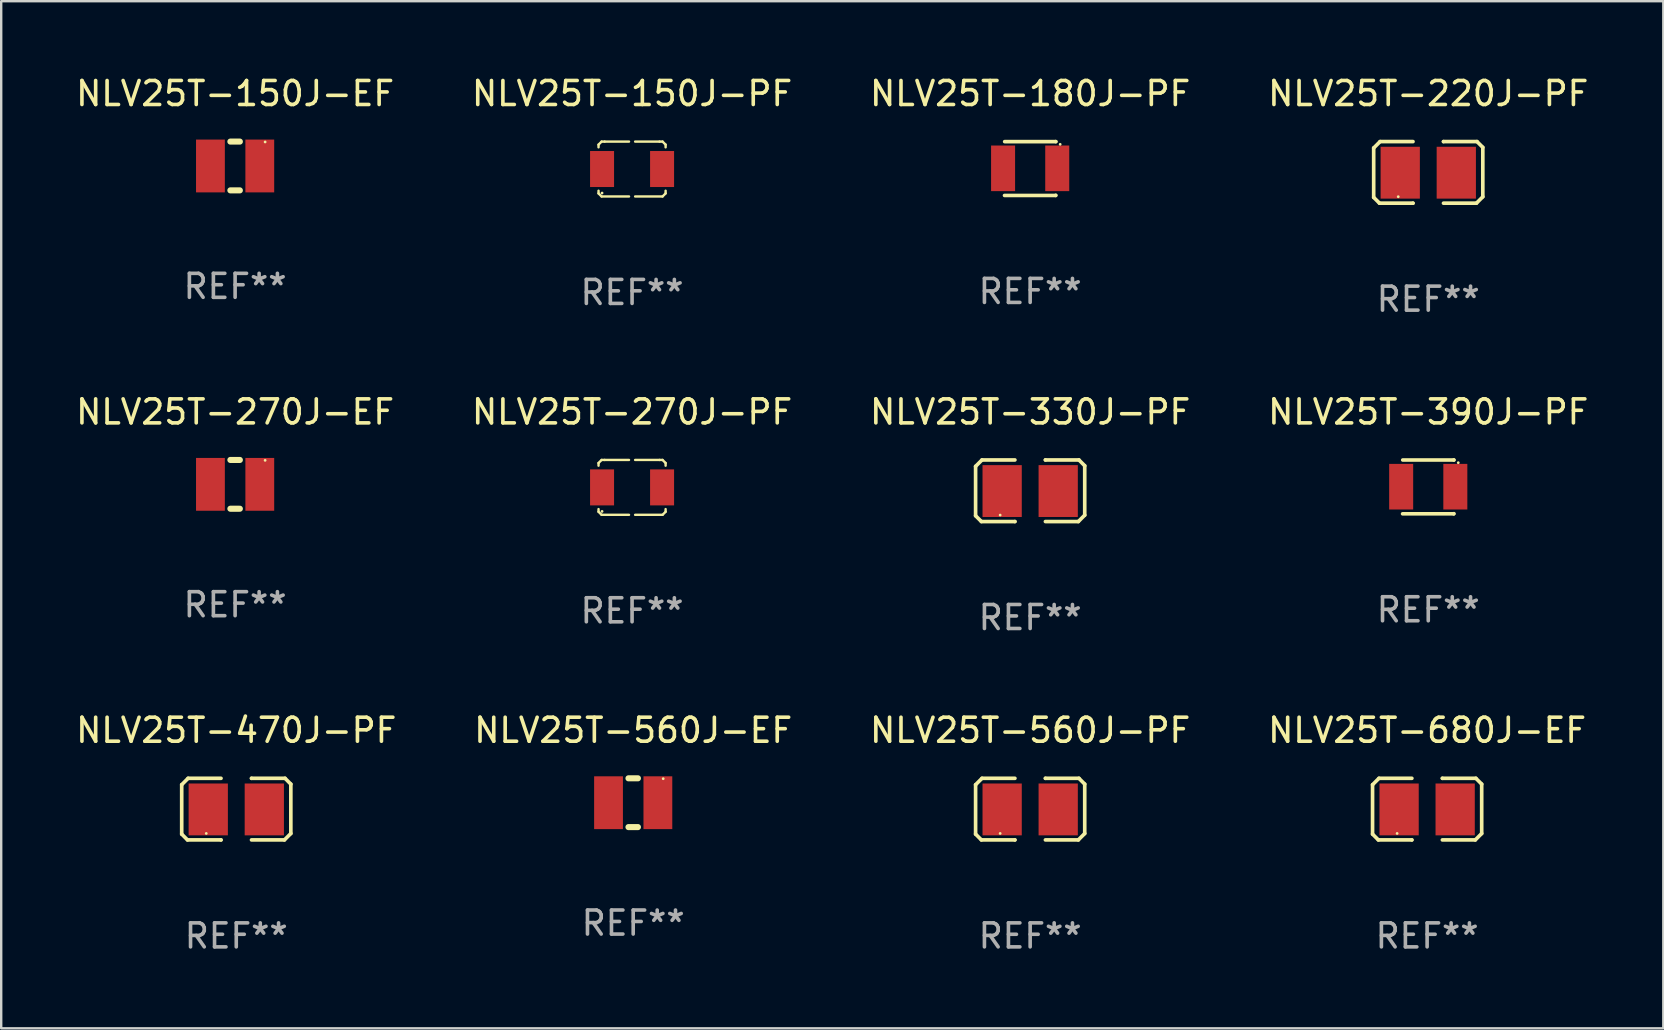
<source format=kicad_pcb>
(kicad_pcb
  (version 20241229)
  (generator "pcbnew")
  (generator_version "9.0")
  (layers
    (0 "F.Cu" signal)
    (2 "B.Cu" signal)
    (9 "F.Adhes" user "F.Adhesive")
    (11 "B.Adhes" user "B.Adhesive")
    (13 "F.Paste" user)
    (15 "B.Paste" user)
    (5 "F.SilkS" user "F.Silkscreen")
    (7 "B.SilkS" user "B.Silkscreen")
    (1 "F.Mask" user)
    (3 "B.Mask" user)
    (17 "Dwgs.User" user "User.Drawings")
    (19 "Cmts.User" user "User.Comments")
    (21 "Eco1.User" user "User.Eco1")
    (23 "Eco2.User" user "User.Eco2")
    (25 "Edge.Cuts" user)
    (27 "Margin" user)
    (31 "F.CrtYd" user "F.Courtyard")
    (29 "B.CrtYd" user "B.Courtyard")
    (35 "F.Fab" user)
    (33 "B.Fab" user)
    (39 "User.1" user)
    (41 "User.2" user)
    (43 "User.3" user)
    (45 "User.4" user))
  (footprint "NLV25T-390J-PF"
    (layer "F.Cu")
    (at 56.446 17.232)
    (property "Reference" "NLV25T-390J-PF" (at 0 -3.122 0) (layer "F.SilkS") (effects (font (size 1 1) (thickness 0.15))))
    (attr through_hole)
    (fp_line (start -1.069 1.122) (end 1.063 1.122) (stroke (width 0.15) (type solid)) (layer "F.SilkS"))
    (fp_line (start -1.063 -1.12) (end 1.069 -1.12) (stroke (width 0.15) (type solid)) (layer "F.SilkS"))
    (fp_line (start 1.063 1.122) (end 1.069 1.115) (stroke (width 0.15) (type solid)) (layer "F.SilkS"))
    (fp_line (start 1.069 -1.12) (end 1.066 -1.122) (stroke (width 0.15) (type solid)) (layer "F.SilkS"))
    (fp_circle (center 1.25 -1.008) (end 1.28 -1.008) (stroke (width 0.06) (type solid)) (fill no) (layer "F.SilkS"))
    (fp_text user "REF**" (at 0 5.122 0) (layer "F.Fab") (effects (font (size 1 1) (thickness 0.15))))
    (pad "1" smd rect (at 1.128 -0.008) (size 1 1.9) (layers "F.Cu" "F.Mask" "F.Paste"))
    (pad "2" smd rect (at -1.128 -0.008) (size 1 1.9) (layers "F.Cu" "F.Mask" "F.Paste")))
  (footprint "NLV25T-150J-PF"
    (layer "F.Cu")
    (at 23.28 3.991)
    (property "Reference" "NLV25T-150J-PF" (at 0 -3.143 0) (layer "F.SilkS") (effects (font (size 1 1) (thickness 0.15))))
    (attr through_hole)
    (fp_line (start -1.397 -1.016) (end -1.397 -0.904) (stroke (width 0.1) (type solid)) (layer "F.SilkS"))
    (fp_line (start -1.397 0.904) (end -1.397 1.016) (stroke (width 0.1) (type solid)) (layer "F.SilkS"))
    (fp_line (start -1.397 1.016) (end -1.27 1.143) (stroke (width 0.1) (type solid)) (layer "F.SilkS"))
    (fp_line (start -1.27 -1.143) (end -1.397 -1.016) (stroke (width 0.1) (type solid)) (layer "F.SilkS"))
    (fp_line (start -1.27 1.143) (end -0.127 1.143) (stroke (width 0.1) (type solid)) (layer "F.SilkS"))
    (fp_line (start -1.143 -1.143) (end -1.27 -1.143) (stroke (width 0.1) (type solid)) (layer "F.SilkS"))
    (fp_line (start -0.127 -1.143) (end -1.143 -1.143) (stroke (width 0.1) (type solid)) (layer "F.SilkS"))
    (fp_line (start 0.127 -1.143) (end 1.143 -1.143) (stroke (width 0.1) (type solid)) (layer "F.SilkS"))
    (fp_line (start 1.143 -1.143) (end 1.27 -1.143) (stroke (width 0.1) (type solid)) (layer "F.SilkS"))
    (fp_line (start 1.27 -1.143) (end 1.397 -1.016) (stroke (width 0.1) (type solid)) (layer "F.SilkS"))
    (fp_line (start 1.27 1.143) (end 0.127 1.143) (stroke (width 0.1) (type solid)) (layer "F.SilkS"))
    (fp_line (start 1.397 -1.016) (end 1.397 -0.904) (stroke (width 0.1) (type solid)) (layer "F.SilkS"))
    (fp_line (start 1.397 0.904) (end 1.397 1.016) (stroke (width 0.1) (type solid)) (layer "F.SilkS"))
    (fp_line (start 1.397 1.016) (end 1.27 1.143) (stroke (width 0.1) (type solid)) (layer "F.SilkS"))
    (fp_circle (center -1.25 1) (end -1.22 1) (stroke (width 0.06) (type solid)) (fill no) (layer "F.SilkS"))
    (fp_text user "REF**" (at 0 5.143 0) (layer "F.Fab") (effects (font (size 1 1) (thickness 0.15))))
    (pad "1" smd rect (at -1.25 0) (size 1 1.5) (layers "F.Cu" "F.Mask" "F.Paste"))
    (pad "2" smd rect (at 1.25 0) (size 1 1.5) (layers "F.Cu" "F.Mask" "F.Paste")))
  (footprint "NLV25T-680J-EF"
    (layer "F.Cu")
    (at 56.399 30.655)
    (property "Reference" "NLV25T-680J-EF" (at 0 -3.283 0) (layer "F.SilkS") (effects (font (size 1 1) (thickness 0.15))))
    (attr through_hole)
    (fp_line (start -2.273 -1.016) (end -2.007 -1.283) (stroke (width 0.152) (type solid)) (layer "F.SilkS"))
    (fp_line (start -2.273 1.041) (end -2.273 -1.016) (stroke (width 0.152) (type solid)) (layer "F.SilkS"))
    (fp_line (start -2.032 1.283) (end -2.273 1.041) (stroke (width 0.152) (type solid)) (layer "F.SilkS"))
    (fp_line (start -2.007 -1.283) (end -0.635 -1.283) (stroke (width 0.152) (type solid)) (layer "F.SilkS"))
    (fp_line (start -0.635 1.283) (end -2.032 1.283) (stroke (width 0.152) (type solid)) (layer "F.SilkS"))
    (fp_line (start -0.635 1.283) (end -0.635 1.283) (stroke (width 0.152) (type solid)) (layer "F.SilkS"))
    (fp_line (start 0.635 -1.283) (end 0.635 -1.283) (stroke (width 0.152) (type solid)) (layer "F.SilkS"))
    (fp_line (start 0.635 -1.283) (end 2.032 -1.283) (stroke (width 0.152) (type solid)) (layer "F.SilkS"))
    (fp_line (start 2.007 1.283) (end 0.635 1.283) (stroke (width 0.152) (type solid)) (layer "F.SilkS"))
    (fp_line (start 2.032 -1.283) (end 2.273 -1.041) (stroke (width 0.152) (type solid)) (layer "F.SilkS"))
    (fp_line (start 2.273 -1.041) (end 2.273 1.016) (stroke (width 0.152) (type solid)) (layer "F.SilkS"))
    (fp_line (start 2.273 1.016) (end 2.007 1.283) (stroke (width 0.152) (type solid)) (layer "F.SilkS"))
    (fp_circle (center -1.25 1.013) (end -1.22 1.013) (stroke (width 0.06) (type solid)) (fill no) (layer "F.SilkS"))
    (fp_text user "REF**" (at 0 5.283 0) (layer "F.Fab") (effects (font (size 1 1) (thickness 0.15))))
    (pad "1" smd rect (at -1.167 0.013) (size 1.635 2.16) (layers "F.Cu" "F.Mask" "F.Paste"))
    (pad "2" smd rect (at 1.168 0.013) (size 1.635 2.16) (layers "F.Cu" "F.Mask" "F.Paste")))
  (footprint "NLV25T-470J-PF"
    (layer "F.Cu")
    (at 6.792 30.655)
    (property "Reference" "NLV25T-470J-PF" (at 0 -3.283 0) (layer "F.SilkS") (effects (font (size 1 1) (thickness 0.15))))
    (attr through_hole)
    (fp_line (start -2.273 -1.016) (end -2.007 -1.283) (stroke (width 0.152) (type solid)) (layer "F.SilkS"))
    (fp_line (start -2.273 1.041) (end -2.273 -1.016) (stroke (width 0.152) (type solid)) (layer "F.SilkS"))
    (fp_line (start -2.032 1.283) (end -2.273 1.041) (stroke (width 0.152) (type solid)) (layer "F.SilkS"))
    (fp_line (start -2.007 -1.283) (end -0.635 -1.283) (stroke (width 0.152) (type solid)) (layer "F.SilkS"))
    (fp_line (start -0.635 1.283) (end -2.032 1.283) (stroke (width 0.152) (type solid)) (layer "F.SilkS"))
    (fp_line (start -0.635 1.283) (end -0.635 1.283) (stroke (width 0.152) (type solid)) (layer "F.SilkS"))
    (fp_line (start 0.635 -1.283) (end 0.635 -1.283) (stroke (width 0.152) (type solid)) (layer "F.SilkS"))
    (fp_line (start 0.635 -1.283) (end 2.032 -1.283) (stroke (width 0.152) (type solid)) (layer "F.SilkS"))
    (fp_line (start 2.007 1.283) (end 0.635 1.283) (stroke (width 0.152) (type solid)) (layer "F.SilkS"))
    (fp_line (start 2.032 -1.283) (end 2.273 -1.041) (stroke (width 0.152) (type solid)) (layer "F.SilkS"))
    (fp_line (start 2.273 -1.041) (end 2.273 1.016) (stroke (width 0.152) (type solid)) (layer "F.SilkS"))
    (fp_line (start 2.273 1.016) (end 2.007 1.283) (stroke (width 0.152) (type solid)) (layer "F.SilkS"))
    (fp_circle (center -1.25 1.013) (end -1.22 1.013) (stroke (width 0.06) (type solid)) (fill no) (layer "F.SilkS"))
    (fp_text user "REF**" (at 0 5.283 0) (layer "F.Fab") (effects (font (size 1 1) (thickness 0.15))))
    (pad "1" smd rect (at -1.167 0.013) (size 1.635 2.16) (layers "F.Cu" "F.Mask" "F.Paste"))
    (pad "2" smd rect (at 1.168 0.013) (size 1.635 2.16) (layers "F.Cu" "F.Mask" "F.Paste")))
  (footprint "NLV25T-150J-EF"
    (layer "F.Cu")
    (at 6.744 3.864)
    (property "Reference" "NLV25T-150J-EF" (at 0 -3.016 0) (layer "F.SilkS") (effects (font (size 1 1) (thickness 0.15))))
    (attr through_hole)
    (fp_line (start -0.197 1.016) (end 0.197 1.016) (stroke (width 0.254) (type solid)) (layer "F.SilkS"))
    (fp_line (start 0.197 -1.016) (end -0.197 -1.016) (stroke (width 0.254) (type solid)) (layer "F.SilkS"))
    (fp_circle (center 1.25 -1) (end 1.28 -1) (stroke (width 0.06) (type solid)) (fill no) (layer "F.SilkS"))
    (fp_text user "REF**" (at 0 5.016 0) (layer "F.Fab") (effects (font (size 1 1) (thickness 0.15))))
    (pad "1" smd rect (at 1.028 0) (size 1.2 2.2) (layers "F.Cu" "F.Mask" "F.Paste"))
    (pad "2" smd rect (at -1.028 0) (size 1.2 2.2) (layers "F.Cu" "F.Mask" "F.Paste")))
  (footprint "NLV25T-180J-PF"
    (layer "F.Cu")
    (at 39.863 3.97)
    (property "Reference" "NLV25T-180J-PF" (at 0 -3.122 0) (layer "F.SilkS") (effects (font (size 1 1) (thickness 0.15))))
    (attr through_hole)
    (fp_line (start -1.069 1.122) (end 1.063 1.122) (stroke (width 0.15) (type solid)) (layer "F.SilkS"))
    (fp_line (start -1.063 -1.12) (end 1.069 -1.12) (stroke (width 0.15) (type solid)) (layer "F.SilkS"))
    (fp_line (start 1.063 1.122) (end 1.069 1.115) (stroke (width 0.15) (type solid)) (layer "F.SilkS"))
    (fp_line (start 1.069 -1.12) (end 1.066 -1.122) (stroke (width 0.15) (type solid)) (layer "F.SilkS"))
    (fp_circle (center 1.25 -1.008) (end 1.28 -1.008) (stroke (width 0.06) (type solid)) (fill no) (layer "F.SilkS"))
    (fp_text user "REF**" (at 0 5.122 0) (layer "F.Fab") (effects (font (size 1 1) (thickness 0.15))))
    (pad "1" smd rect (at 1.128 -0.008) (size 1 1.9) (layers "F.Cu" "F.Mask" "F.Paste"))
    (pad "2" smd rect (at -1.128 -0.008) (size 1 1.9) (layers "F.Cu" "F.Mask" "F.Paste")))
  (footprint "NLV25T-220J-PF"
    (layer "F.Cu")
    (at 56.446 4.131)
    (property "Reference" "NLV25T-220J-PF" (at 0 -3.283 0) (layer "F.SilkS") (effects (font (size 1 1) (thickness 0.15))))
    (attr through_hole)
    (fp_line (start -2.273 -1.016) (end -2.007 -1.283) (stroke (width 0.152) (type solid)) (layer "F.SilkS"))
    (fp_line (start -2.273 1.041) (end -2.273 -1.016) (stroke (width 0.152) (type solid)) (layer "F.SilkS"))
    (fp_line (start -2.032 1.283) (end -2.273 1.041) (stroke (width 0.152) (type solid)) (layer "F.SilkS"))
    (fp_line (start -2.007 -1.283) (end -0.635 -1.283) (stroke (width 0.152) (type solid)) (layer "F.SilkS"))
    (fp_line (start -0.635 1.283) (end -2.032 1.283) (stroke (width 0.152) (type solid)) (layer "F.SilkS"))
    (fp_line (start -0.635 1.283) (end -0.635 1.283) (stroke (width 0.152) (type solid)) (layer "F.SilkS"))
    (fp_line (start 0.635 -1.283) (end 0.635 -1.283) (stroke (width 0.152) (type solid)) (layer "F.SilkS"))
    (fp_line (start 0.635 -1.283) (end 2.032 -1.283) (stroke (width 0.152) (type solid)) (layer "F.SilkS"))
    (fp_line (start 2.007 1.283) (end 0.635 1.283) (stroke (width 0.152) (type solid)) (layer "F.SilkS"))
    (fp_line (start 2.032 -1.283) (end 2.273 -1.041) (stroke (width 0.152) (type solid)) (layer "F.SilkS"))
    (fp_line (start 2.273 -1.041) (end 2.273 1.016) (stroke (width 0.152) (type solid)) (layer "F.SilkS"))
    (fp_line (start 2.273 1.016) (end 2.007 1.283) (stroke (width 0.152) (type solid)) (layer "F.SilkS"))
    (fp_circle (center -1.25 1.013) (end -1.22 1.013) (stroke (width 0.06) (type solid)) (fill no) (layer "F.SilkS"))
    (fp_text user "REF**" (at 0 5.283 0) (layer "F.Fab") (effects (font (size 1 1) (thickness 0.15))))
    (pad "1" smd rect (at -1.167 0.013) (size 1.635 2.16) (layers "F.Cu" "F.Mask" "F.Paste"))
    (pad "2" smd rect (at 1.168 0.013) (size 1.635 2.16) (layers "F.Cu" "F.Mask" "F.Paste")))
  (footprint "NLV25T-560J-PF"
    (layer "F.Cu")
    (at 39.863 30.655)
    (property "Reference" "NLV25T-560J-PF" (at 0 -3.283 0) (layer "F.SilkS") (effects (font (size 1 1) (thickness 0.15))))
    (attr through_hole)
    (fp_line (start -2.273 -1.016) (end -2.007 -1.283) (stroke (width 0.152) (type solid)) (layer "F.SilkS"))
    (fp_line (start -2.273 1.041) (end -2.273 -1.016) (stroke (width 0.152) (type solid)) (layer "F.SilkS"))
    (fp_line (start -2.032 1.283) (end -2.273 1.041) (stroke (width 0.152) (type solid)) (layer "F.SilkS"))
    (fp_line (start -2.007 -1.283) (end -0.635 -1.283) (stroke (width 0.152) (type solid)) (layer "F.SilkS"))
    (fp_line (start -0.635 1.283) (end -2.032 1.283) (stroke (width 0.152) (type solid)) (layer "F.SilkS"))
    (fp_line (start -0.635 1.283) (end -0.635 1.283) (stroke (width 0.152) (type solid)) (layer "F.SilkS"))
    (fp_line (start 0.635 -1.283) (end 0.635 -1.283) (stroke (width 0.152) (type solid)) (layer "F.SilkS"))
    (fp_line (start 0.635 -1.283) (end 2.032 -1.283) (stroke (width 0.152) (type solid)) (layer "F.SilkS"))
    (fp_line (start 2.007 1.283) (end 0.635 1.283) (stroke (width 0.152) (type solid)) (layer "F.SilkS"))
    (fp_line (start 2.032 -1.283) (end 2.273 -1.041) (stroke (width 0.152) (type solid)) (layer "F.SilkS"))
    (fp_line (start 2.273 -1.041) (end 2.273 1.016) (stroke (width 0.152) (type solid)) (layer "F.SilkS"))
    (fp_line (start 2.273 1.016) (end 2.007 1.283) (stroke (width 0.152) (type solid)) (layer "F.SilkS"))
    (fp_circle (center -1.25 1.013) (end -1.22 1.013) (stroke (width 0.06) (type solid)) (fill no) (layer "F.SilkS"))
    (fp_text user "REF**" (at 0 5.283 0) (layer "F.Fab") (effects (font (size 1 1) (thickness 0.15))))
    (pad "1" smd rect (at -1.167 0.013) (size 1.635 2.16) (layers "F.Cu" "F.Mask" "F.Paste"))
    (pad "2" smd rect (at 1.168 0.013) (size 1.635 2.16) (layers "F.Cu" "F.Mask" "F.Paste")))
  (footprint "NLV25T-270J-EF"
    (layer "F.Cu")
    (at 6.744 17.126)
    (property "Reference" "NLV25T-270J-EF" (at 0 -3.016 0) (layer "F.SilkS") (effects (font (size 1 1) (thickness 0.15))))
    (attr through_hole)
    (fp_line (start -0.197 1.016) (end 0.197 1.016) (stroke (width 0.254) (type solid)) (layer "F.SilkS"))
    (fp_line (start 0.197 -1.016) (end -0.197 -1.016) (stroke (width 0.254) (type solid)) (layer "F.SilkS"))
    (fp_circle (center 1.25 -1) (end 1.28 -1) (stroke (width 0.06) (type solid)) (fill no) (layer "F.SilkS"))
    (fp_text user "REF**" (at 0 5.016 0) (layer "F.Fab") (effects (font (size 1 1) (thickness 0.15))))
    (pad "1" smd rect (at 1.028 0) (size 1.2 2.2) (layers "F.Cu" "F.Mask" "F.Paste"))
    (pad "2" smd rect (at -1.028 0) (size 1.2 2.2) (layers "F.Cu" "F.Mask" "F.Paste")))
  (footprint "NLV25T-270J-PF"
    (layer "F.Cu")
    (at 23.28 17.253)
    (property "Reference" "NLV25T-270J-PF" (at 0 -3.143 0) (layer "F.SilkS") (effects (font (size 1 1) (thickness 0.15))))
    (attr through_hole)
    (fp_line (start -1.397 -1.016) (end -1.397 -0.904) (stroke (width 0.1) (type solid)) (layer "F.SilkS"))
    (fp_line (start -1.397 0.904) (end -1.397 1.016) (stroke (width 0.1) (type solid)) (layer "F.SilkS"))
    (fp_line (start -1.397 1.016) (end -1.27 1.143) (stroke (width 0.1) (type solid)) (layer "F.SilkS"))
    (fp_line (start -1.27 -1.143) (end -1.397 -1.016) (stroke (width 0.1) (type solid)) (layer "F.SilkS"))
    (fp_line (start -1.27 1.143) (end -0.127 1.143) (stroke (width 0.1) (type solid)) (layer "F.SilkS"))
    (fp_line (start -1.143 -1.143) (end -1.27 -1.143) (stroke (width 0.1) (type solid)) (layer "F.SilkS"))
    (fp_line (start -0.127 -1.143) (end -1.143 -1.143) (stroke (width 0.1) (type solid)) (layer "F.SilkS"))
    (fp_line (start 0.127 -1.143) (end 1.143 -1.143) (stroke (width 0.1) (type solid)) (layer "F.SilkS"))
    (fp_line (start 1.143 -1.143) (end 1.27 -1.143) (stroke (width 0.1) (type solid)) (layer "F.SilkS"))
    (fp_line (start 1.27 -1.143) (end 1.397 -1.016) (stroke (width 0.1) (type solid)) (layer "F.SilkS"))
    (fp_line (start 1.27 1.143) (end 0.127 1.143) (stroke (width 0.1) (type solid)) (layer "F.SilkS"))
    (fp_line (start 1.397 -1.016) (end 1.397 -0.904) (stroke (width 0.1) (type solid)) (layer "F.SilkS"))
    (fp_line (start 1.397 0.904) (end 1.397 1.016) (stroke (width 0.1) (type solid)) (layer "F.SilkS"))
    (fp_line (start 1.397 1.016) (end 1.27 1.143) (stroke (width 0.1) (type solid)) (layer "F.SilkS"))
    (fp_circle (center -1.25 1) (end -1.22 1) (stroke (width 0.06) (type solid)) (fill no) (layer "F.SilkS"))
    (fp_text user "REF**" (at 0 5.143 0) (layer "F.Fab") (effects (font (size 1 1) (thickness 0.15))))
    (pad "1" smd rect (at -1.25 0) (size 1 1.5) (layers "F.Cu" "F.Mask" "F.Paste"))
    (pad "2" smd rect (at 1.25 0) (size 1 1.5) (layers "F.Cu" "F.Mask" "F.Paste")))
  (footprint "NLV25T-330J-PF"
    (layer "F.Cu")
    (at 39.863 17.393)
    (property "Reference" "NLV25T-330J-PF" (at 0 -3.283 0) (layer "F.SilkS") (effects (font (size 1 1) (thickness 0.15))))
    (attr through_hole)
    (fp_line (start -2.273 -1.016) (end -2.007 -1.283) (stroke (width 0.152) (type solid)) (layer "F.SilkS"))
    (fp_line (start -2.273 1.041) (end -2.273 -1.016) (stroke (width 0.152) (type solid)) (layer "F.SilkS"))
    (fp_line (start -2.032 1.283) (end -2.273 1.041) (stroke (width 0.152) (type solid)) (layer "F.SilkS"))
    (fp_line (start -2.007 -1.283) (end -0.635 -1.283) (stroke (width 0.152) (type solid)) (layer "F.SilkS"))
    (fp_line (start -0.635 1.283) (end -2.032 1.283) (stroke (width 0.152) (type solid)) (layer "F.SilkS"))
    (fp_line (start -0.635 1.283) (end -0.635 1.283) (stroke (width 0.152) (type solid)) (layer "F.SilkS"))
    (fp_line (start 0.635 -1.283) (end 0.635 -1.283) (stroke (width 0.152) (type solid)) (layer "F.SilkS"))
    (fp_line (start 0.635 -1.283) (end 2.032 -1.283) (stroke (width 0.152) (type solid)) (layer "F.SilkS"))
    (fp_line (start 2.007 1.283) (end 0.635 1.283) (stroke (width 0.152) (type solid)) (layer "F.SilkS"))
    (fp_line (start 2.032 -1.283) (end 2.273 -1.041) (stroke (width 0.152) (type solid)) (layer "F.SilkS"))
    (fp_line (start 2.273 -1.041) (end 2.273 1.016) (stroke (width 0.152) (type solid)) (layer "F.SilkS"))
    (fp_line (start 2.273 1.016) (end 2.007 1.283) (stroke (width 0.152) (type solid)) (layer "F.SilkS"))
    (fp_circle (center -1.25 1.013) (end -1.22 1.013) (stroke (width 0.06) (type solid)) (fill no) (layer "F.SilkS"))
    (fp_text user "REF**" (at 0 5.283 0) (layer "F.Fab") (effects (font (size 1 1) (thickness 0.15))))
    (pad "1" smd rect (at -1.167 0.013) (size 1.635 2.16) (layers "F.Cu" "F.Mask" "F.Paste"))
    (pad "2" smd rect (at 1.168 0.013) (size 1.635 2.16) (layers "F.Cu" "F.Mask" "F.Paste")))
  (footprint "NLV25T-560J-EF"
    (layer "F.Cu")
    (at 23.327 30.388)
    (property "Reference" "NLV25T-560J-EF" (at 0 -3.016 0) (layer "F.SilkS") (effects (font (size 1 1) (thickness 0.15))))
    (attr through_hole)
    (fp_line (start -0.197 1.016) (end 0.197 1.016) (stroke (width 0.254) (type solid)) (layer "F.SilkS"))
    (fp_line (start 0.197 -1.016) (end -0.197 -1.016) (stroke (width 0.254) (type solid)) (layer "F.SilkS"))
    (fp_circle (center 1.25 -1) (end 1.28 -1) (stroke (width 0.06) (type solid)) (fill no) (layer "F.SilkS"))
    (fp_text user "REF**" (at 0 5.016 0) (layer "F.Fab") (effects (font (size 1 1) (thickness 0.15))))
    (pad "1" smd rect (at 1.028 0) (size 1.2 2.2) (layers "F.Cu" "F.Mask" "F.Paste"))
    (pad "2" smd rect (at -1.028 0) (size 1.2 2.2) (layers "F.Cu" "F.Mask" "F.Paste")))
  (gr_rect
    (start -3 -3)
    (end 66.238 39.786)
    (stroke (width 0.1) (type default))
    (fill no)
    (layer "Edge.Cuts")))
</source>
